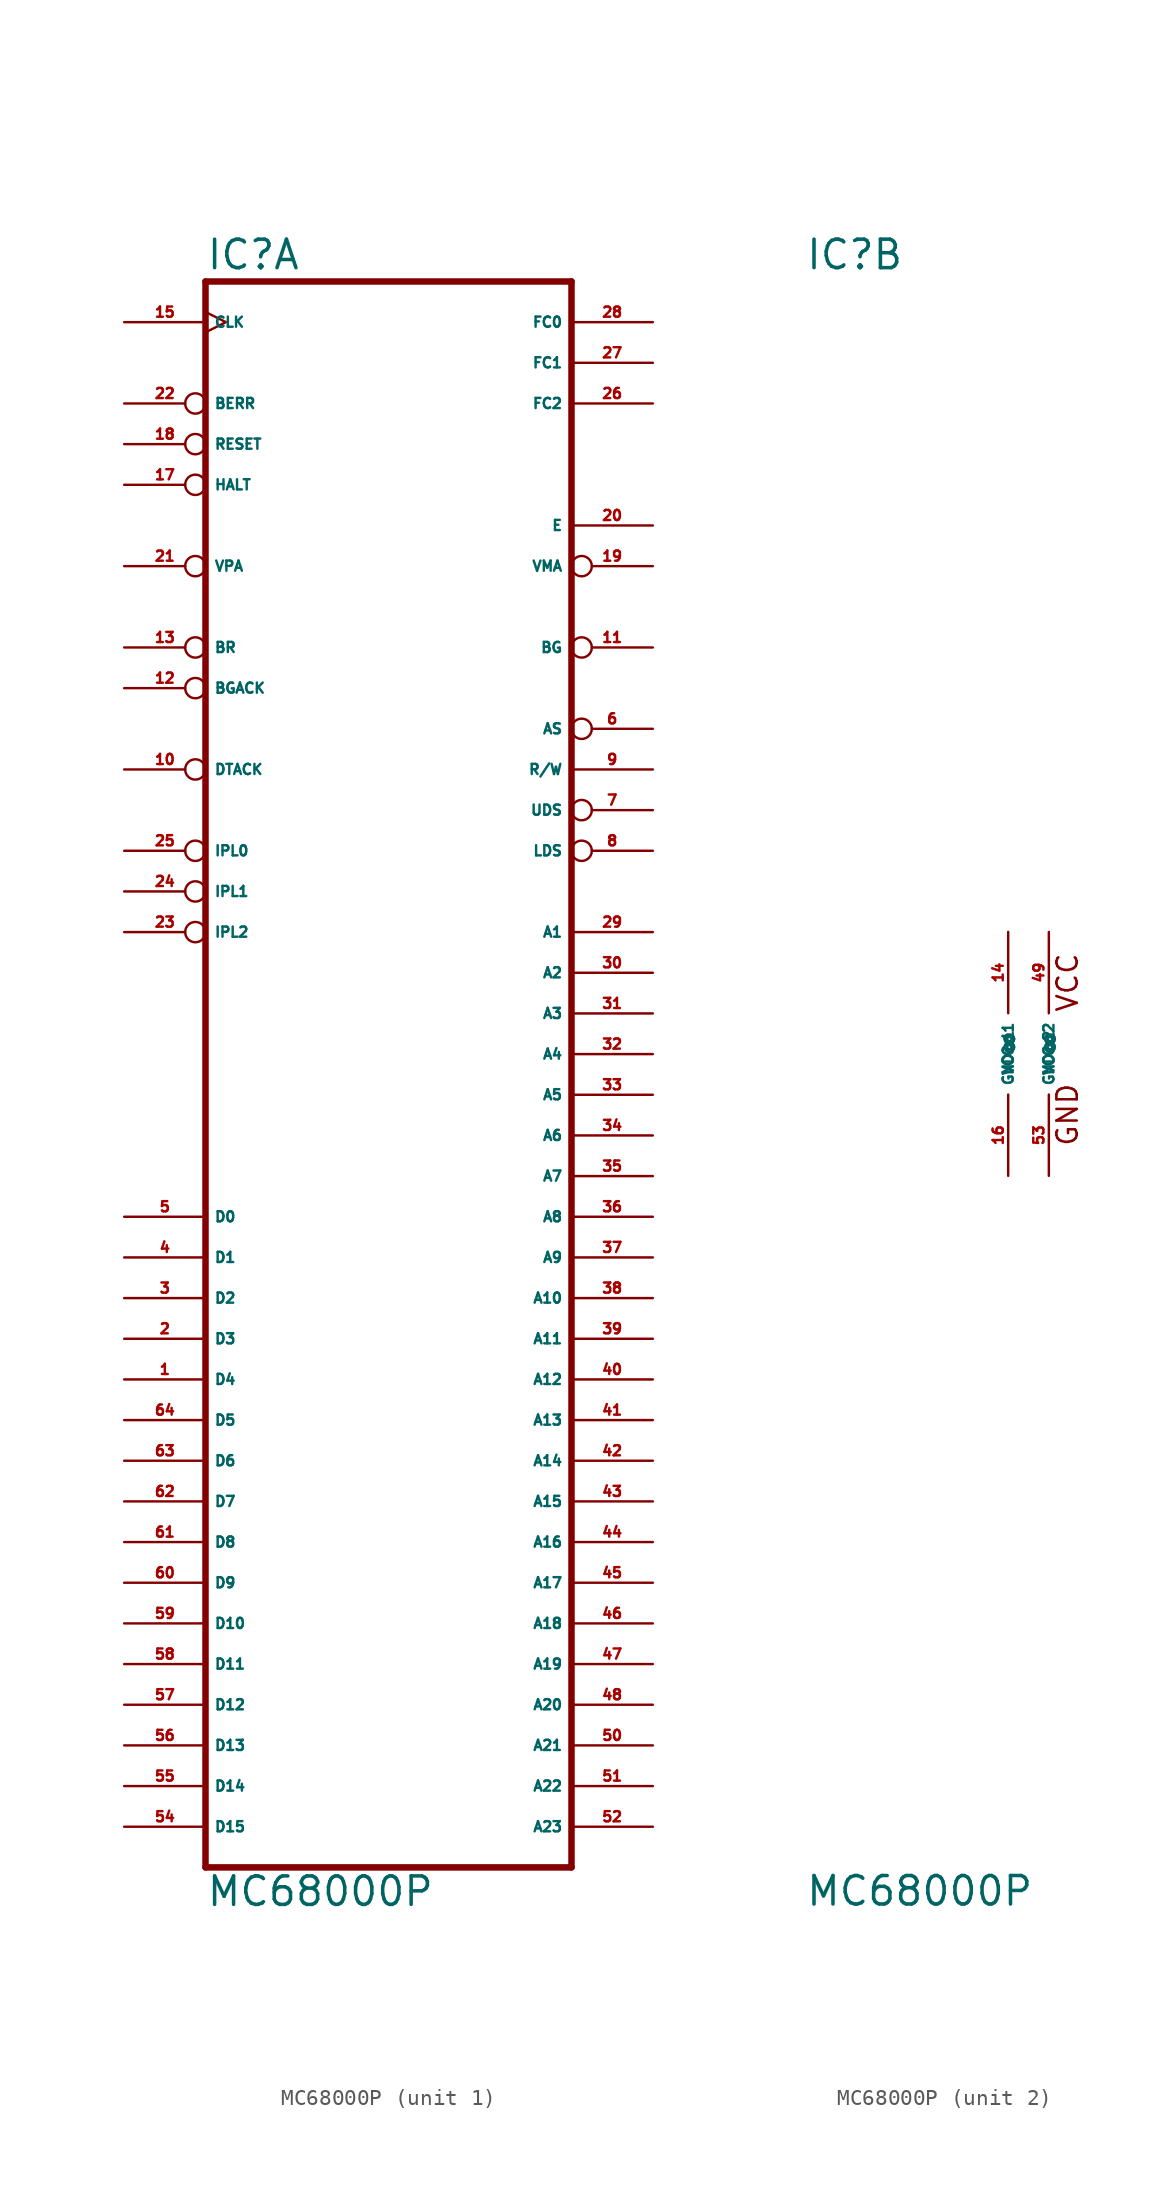
<source format=kicad_sym>
(kicad_symbol_lib
  (version 20220914)
  (generator Eagle2Kicad)
  (symbol "MC68000P"
    (property "Reference" "IC"
      (at -12.7 48.895 0)
      (effects (font (size 1.778 1.778) (thickness 0.22)) (justify left bottom)))
    (property "Value" "MC68000P"
      (at -12.7 -53.34 0)
      (effects (font (size 1.778 1.778) (thickness 0.22)) (justify left bottom)))
    (symbol "MC68000P_1_0"
      (polyline (pts (xy -12.7 -50.8) (xy 10.16 -50.8)) (stroke (width 0.406) (type default)) (fill (type none)))
      (polyline (pts (xy 10.16 48.26) (xy 10.16 -50.8)) (stroke (width 0.406) (type default)) (fill (type none)))
      (polyline (pts (xy 10.16 48.26) (xy -12.7 48.26)) (stroke (width 0.406) (type default)) (fill (type none)))
      (polyline (pts (xy -12.7 -50.8) (xy -12.7 48.26)) (stroke (width 0.406) (type default)) (fill (type none)))
      (pin input clock (at -17.78 45.72 0) (length 5.08) (name "CLK" (effects (font (size 0.635 0.635) (thickness 0.08)) (justify left bottom))) (number "15" (effects (font (size 0.635 0.635) (thickness 0.08)) (justify left bottom))))
      (pin input inverted (at -17.78 30.48 0) (length 5.08) (name "VPA" (effects (font (size 0.635 0.635) (thickness 0.08)) (justify left bottom))) (number "21" (effects (font (size 0.635 0.635) (thickness 0.08)) (justify left bottom))))
      (pin input inverted (at -17.78 40.64 0) (length 5.08) (name "BERR" (effects (font (size 0.635 0.635) (thickness 0.08)) (justify left bottom))) (number "22" (effects (font (size 0.635 0.635) (thickness 0.08)) (justify left bottom))))
      (pin bidirectional inverted (at -17.78 38.1 0) (length 5.08) (name "RESET" (effects (font (size 0.635 0.635) (thickness 0.08)) (justify left bottom))) (number "18" (effects (font (size 0.635 0.635) (thickness 0.08)) (justify left bottom))))
      (pin bidirectional inverted (at -17.78 35.56 0) (length 5.08) (name "HALT" (effects (font (size 0.635 0.635) (thickness 0.08)) (justify left bottom))) (number "17" (effects (font (size 0.635 0.635) (thickness 0.08)) (justify left bottom))))
      (pin input inverted (at -17.78 17.78 0) (length 5.08) (name "DTACK" (effects (font (size 0.635 0.635) (thickness 0.08)) (justify left bottom))) (number "10" (effects (font (size 0.635 0.635) (thickness 0.08)) (justify left bottom))))
      (pin input inverted (at -17.78 25.4 0) (length 5.08) (name "BR" (effects (font (size 0.635 0.635) (thickness 0.08)) (justify left bottom))) (number "13" (effects (font (size 0.635 0.635) (thickness 0.08)) (justify left bottom))))
      (pin input inverted (at -17.78 22.86 0) (length 5.08) (name "BGACK" (effects (font (size 0.635 0.635) (thickness 0.08)) (justify left bottom))) (number "12" (effects (font (size 0.635 0.635) (thickness 0.08)) (justify left bottom))))
      (pin input inverted (at -17.78 12.7 0) (length 5.08) (name "IPL0" (effects (font (size 0.635 0.635) (thickness 0.08)) (justify left bottom))) (number "25" (effects (font (size 0.635 0.635) (thickness 0.08)) (justify left bottom))))
      (pin bidirectional line (at -17.78 -10.16 0) (length 5.08) (name "D0" (effects (font (size 0.635 0.635) (thickness 0.08)) (justify left bottom))) (number "5" (effects (font (size 0.635 0.635) (thickness 0.08)) (justify left bottom))))
      (pin bidirectional line (at -17.78 -12.7 0) (length 5.08) (name "D1" (effects (font (size 0.635 0.635) (thickness 0.08)) (justify left bottom))) (number "4" (effects (font (size 0.635 0.635) (thickness 0.08)) (justify left bottom))))
      (pin bidirectional line (at -17.78 -15.24 0) (length 5.08) (name "D2" (effects (font (size 0.635 0.635) (thickness 0.08)) (justify left bottom))) (number "3" (effects (font (size 0.635 0.635) (thickness 0.08)) (justify left bottom))))
      (pin bidirectional line (at -17.78 -17.78 0) (length 5.08) (name "D3" (effects (font (size 0.635 0.635) (thickness 0.08)) (justify left bottom))) (number "2" (effects (font (size 0.635 0.635) (thickness 0.08)) (justify left bottom))))
      (pin bidirectional line (at -17.78 -20.32 0) (length 5.08) (name "D4" (effects (font (size 0.635 0.635) (thickness 0.08)) (justify left bottom))) (number "1" (effects (font (size 0.635 0.635) (thickness 0.08)) (justify left bottom))))
      (pin bidirectional line (at -17.78 -22.86 0) (length 5.08) (name "D5" (effects (font (size 0.635 0.635) (thickness 0.08)) (justify left bottom))) (number "64" (effects (font (size 0.635 0.635) (thickness 0.08)) (justify left bottom))))
      (pin bidirectional line (at -17.78 -25.4 0) (length 5.08) (name "D6" (effects (font (size 0.635 0.635) (thickness 0.08)) (justify left bottom))) (number "63" (effects (font (size 0.635 0.635) (thickness 0.08)) (justify left bottom))))
      (pin bidirectional line (at -17.78 -27.94 0) (length 5.08) (name "D7" (effects (font (size 0.635 0.635) (thickness 0.08)) (justify left bottom))) (number "62" (effects (font (size 0.635 0.635) (thickness 0.08)) (justify left bottom))))
      (pin bidirectional line (at -17.78 -30.48 0) (length 5.08) (name "D8" (effects (font (size 0.635 0.635) (thickness 0.08)) (justify left bottom))) (number "61" (effects (font (size 0.635 0.635) (thickness 0.08)) (justify left bottom))))
      (pin bidirectional line (at -17.78 -33.02 0) (length 5.08) (name "D9" (effects (font (size 0.635 0.635) (thickness 0.08)) (justify left bottom))) (number "60" (effects (font (size 0.635 0.635) (thickness 0.08)) (justify left bottom))))
      (pin bidirectional line (at -17.78 -35.56 0) (length 5.08) (name "D10" (effects (font (size 0.635 0.635) (thickness 0.08)) (justify left bottom))) (number "59" (effects (font (size 0.635 0.635) (thickness 0.08)) (justify left bottom))))
      (pin bidirectional line (at -17.78 -38.1 0) (length 5.08) (name "D11" (effects (font (size 0.635 0.635) (thickness 0.08)) (justify left bottom))) (number "58" (effects (font (size 0.635 0.635) (thickness 0.08)) (justify left bottom))))
      (pin bidirectional line (at -17.78 -40.64 0) (length 5.08) (name "D12" (effects (font (size 0.635 0.635) (thickness 0.08)) (justify left bottom))) (number "57" (effects (font (size 0.635 0.635) (thickness 0.08)) (justify left bottom))))
      (pin bidirectional line (at -17.78 -43.18 0) (length 5.08) (name "D13" (effects (font (size 0.635 0.635) (thickness 0.08)) (justify left bottom))) (number "56" (effects (font (size 0.635 0.635) (thickness 0.08)) (justify left bottom))))
      (pin bidirectional line (at -17.78 -45.72 0) (length 5.08) (name "D14" (effects (font (size 0.635 0.635) (thickness 0.08)) (justify left bottom))) (number "55" (effects (font (size 0.635 0.635) (thickness 0.08)) (justify left bottom))))
      (pin bidirectional line (at -17.78 -48.26 0) (length 5.08) (name "D15" (effects (font (size 0.635 0.635) (thickness 0.08)) (justify left bottom))) (number "54" (effects (font (size 0.635 0.635) (thickness 0.08)) (justify left bottom))))
      (pin output line (at 15.24 33.02 180) (length 5.08) (name "E" (effects (font (size 0.635 0.635) (thickness 0.08)) (justify left bottom))) (number "20" (effects (font (size 0.635 0.635) (thickness 0.08)) (justify left bottom))))
      (pin output inverted (at 15.24 30.48 180) (length 5.08) (name "VMA" (effects (font (size 0.635 0.635) (thickness 0.08)) (justify left bottom))) (number "19" (effects (font (size 0.635 0.635) (thickness 0.08)) (justify left bottom))))
      (pin output line (at 15.24 45.72 180) (length 5.08) (name "FC0" (effects (font (size 0.635 0.635) (thickness 0.08)) (justify left bottom))) (number "28" (effects (font (size 0.635 0.635) (thickness 0.08)) (justify left bottom))))
      (pin output line (at 15.24 43.18 180) (length 5.08) (name "FC1" (effects (font (size 0.635 0.635) (thickness 0.08)) (justify left bottom))) (number "27" (effects (font (size 0.635 0.635) (thickness 0.08)) (justify left bottom))))
      (pin output line (at 15.24 40.64 180) (length 5.08) (name "FC2" (effects (font (size 0.635 0.635) (thickness 0.08)) (justify left bottom))) (number "26" (effects (font (size 0.635 0.635) (thickness 0.08)) (justify left bottom))))
      (pin output inverted (at 15.24 20.32 180) (length 5.08) (name "AS" (effects (font (size 0.635 0.635) (thickness 0.08)) (justify left bottom))) (number "6" (effects (font (size 0.635 0.635) (thickness 0.08)) (justify left bottom))))
      (pin output line (at 15.24 17.78 180) (length 5.08) (name "R/W" (effects (font (size 0.635 0.635) (thickness 0.08)) (justify left bottom))) (number "9" (effects (font (size 0.635 0.635) (thickness 0.08)) (justify left bottom))))
      (pin output inverted (at 15.24 15.24 180) (length 5.08) (name "UDS" (effects (font (size 0.635 0.635) (thickness 0.08)) (justify left bottom))) (number "7" (effects (font (size 0.635 0.635) (thickness 0.08)) (justify left bottom))))
      (pin output inverted (at 15.24 12.7 180) (length 5.08) (name "LDS" (effects (font (size 0.635 0.635) (thickness 0.08)) (justify left bottom))) (number "8" (effects (font (size 0.635 0.635) (thickness 0.08)) (justify left bottom))))
      (pin output inverted (at 15.24 25.4 180) (length 5.08) (name "BG" (effects (font (size 0.635 0.635) (thickness 0.08)) (justify left bottom))) (number "11" (effects (font (size 0.635 0.635) (thickness 0.08)) (justify left bottom))))
      (pin output line (at 15.24 7.62 180) (length 5.08) (name "A1" (effects (font (size 0.635 0.635) (thickness 0.08)) (justify left bottom))) (number "29" (effects (font (size 0.635 0.635) (thickness 0.08)) (justify left bottom))))
      (pin output line (at 15.24 5.08 180) (length 5.08) (name "A2" (effects (font (size 0.635 0.635) (thickness 0.08)) (justify left bottom))) (number "30" (effects (font (size 0.635 0.635) (thickness 0.08)) (justify left bottom))))
      (pin output line (at 15.24 2.54 180) (length 5.08) (name "A3" (effects (font (size 0.635 0.635) (thickness 0.08)) (justify left bottom))) (number "31" (effects (font (size 0.635 0.635) (thickness 0.08)) (justify left bottom))))
      (pin output line (at 15.24 0 180) (length 5.08) (name "A4" (effects (font (size 0.635 0.635) (thickness 0.08)) (justify left bottom))) (number "32" (effects (font (size 0.635 0.635) (thickness 0.08)) (justify left bottom))))
      (pin output line (at 15.24 -2.54 180) (length 5.08) (name "A5" (effects (font (size 0.635 0.635) (thickness 0.08)) (justify left bottom))) (number "33" (effects (font (size 0.635 0.635) (thickness 0.08)) (justify left bottom))))
      (pin output line (at 15.24 -5.08 180) (length 5.08) (name "A6" (effects (font (size 0.635 0.635) (thickness 0.08)) (justify left bottom))) (number "34" (effects (font (size 0.635 0.635) (thickness 0.08)) (justify left bottom))))
      (pin output line (at 15.24 -7.62 180) (length 5.08) (name "A7" (effects (font (size 0.635 0.635) (thickness 0.08)) (justify left bottom))) (number "35" (effects (font (size 0.635 0.635) (thickness 0.08)) (justify left bottom))))
      (pin output line (at 15.24 -12.7 180) (length 5.08) (name "A9" (effects (font (size 0.635 0.635) (thickness 0.08)) (justify left bottom))) (number "37" (effects (font (size 0.635 0.635) (thickness 0.08)) (justify left bottom))))
      (pin output line (at 15.24 -10.16 180) (length 5.08) (name "A8" (effects (font (size 0.635 0.635) (thickness 0.08)) (justify left bottom))) (number "36" (effects (font (size 0.635 0.635) (thickness 0.08)) (justify left bottom))))
      (pin output line (at 15.24 -15.24 180) (length 5.08) (name "A10" (effects (font (size 0.635 0.635) (thickness 0.08)) (justify left bottom))) (number "38" (effects (font (size 0.635 0.635) (thickness 0.08)) (justify left bottom))))
      (pin output line (at 15.24 -17.78 180) (length 5.08) (name "A11" (effects (font (size 0.635 0.635) (thickness 0.08)) (justify left bottom))) (number "39" (effects (font (size 0.635 0.635) (thickness 0.08)) (justify left bottom))))
      (pin output line (at 15.24 -20.32 180) (length 5.08) (name "A12" (effects (font (size 0.635 0.635) (thickness 0.08)) (justify left bottom))) (number "40" (effects (font (size 0.635 0.635) (thickness 0.08)) (justify left bottom))))
      (pin output line (at 15.24 -22.86 180) (length 5.08) (name "A13" (effects (font (size 0.635 0.635) (thickness 0.08)) (justify left bottom))) (number "41" (effects (font (size 0.635 0.635) (thickness 0.08)) (justify left bottom))))
      (pin output line (at 15.24 -25.4 180) (length 5.08) (name "A14" (effects (font (size 0.635 0.635) (thickness 0.08)) (justify left bottom))) (number "42" (effects (font (size 0.635 0.635) (thickness 0.08)) (justify left bottom))))
      (pin output line (at 15.24 -27.94 180) (length 5.08) (name "A15" (effects (font (size 0.635 0.635) (thickness 0.08)) (justify left bottom))) (number "43" (effects (font (size 0.635 0.635) (thickness 0.08)) (justify left bottom))))
      (pin output line (at 15.24 -30.48 180) (length 5.08) (name "A16" (effects (font (size 0.635 0.635) (thickness 0.08)) (justify left bottom))) (number "44" (effects (font (size 0.635 0.635) (thickness 0.08)) (justify left bottom))))
      (pin output line (at 15.24 -33.02 180) (length 5.08) (name "A17" (effects (font (size 0.635 0.635) (thickness 0.08)) (justify left bottom))) (number "45" (effects (font (size 0.635 0.635) (thickness 0.08)) (justify left bottom))))
      (pin output line (at 15.24 -35.56 180) (length 5.08) (name "A18" (effects (font (size 0.635 0.635) (thickness 0.08)) (justify left bottom))) (number "46" (effects (font (size 0.635 0.635) (thickness 0.08)) (justify left bottom))))
      (pin output line (at 15.24 -38.1 180) (length 5.08) (name "A19" (effects (font (size 0.635 0.635) (thickness 0.08)) (justify left bottom))) (number "47" (effects (font (size 0.635 0.635) (thickness 0.08)) (justify left bottom))))
      (pin output line (at 15.24 -40.64 180) (length 5.08) (name "A20" (effects (font (size 0.635 0.635) (thickness 0.08)) (justify left bottom))) (number "48" (effects (font (size 0.635 0.635) (thickness 0.08)) (justify left bottom))))
      (pin output line (at 15.24 -43.18 180) (length 5.08) (name "A21" (effects (font (size 0.635 0.635) (thickness 0.08)) (justify left bottom))) (number "50" (effects (font (size 0.635 0.635) (thickness 0.08)) (justify left bottom))))
      (pin output line (at 15.24 -45.72 180) (length 5.08) (name "A22" (effects (font (size 0.635 0.635) (thickness 0.08)) (justify left bottom))) (number "51" (effects (font (size 0.635 0.635) (thickness 0.08)) (justify left bottom))))
      (pin output line (at 15.24 -48.26 180) (length 5.08) (name "A23" (effects (font (size 0.635 0.635) (thickness 0.08)) (justify left bottom))) (number "52" (effects (font (size 0.635 0.635) (thickness 0.08)) (justify left bottom))))
      (pin input inverted (at -17.78 10.16 0) (length 5.08) (name "IPL1" (effects (font (size 0.635 0.635) (thickness 0.08)) (justify left bottom))) (number "24" (effects (font (size 0.635 0.635) (thickness 0.08)) (justify left bottom))))
      (pin input inverted (at -17.78 7.62 0) (length 5.08) (name "IPL2" (effects (font (size 0.635 0.635) (thickness 0.08)) (justify left bottom))) (number "23" (effects (font (size 0.635 0.635) (thickness 0.08)) (justify left bottom)))))
    (symbol "MC68000P_2_0"
      (text "VCC" (at 4.445 2.54 900) (effects (font (size 1.27 1.27) (thickness 0.16)) (justify left bottom)))
      (text "GND" (at 4.445 -5.842 900) (effects (font (size 1.27 1.27) (thickness 0.16)) (justify left bottom)))
      (pin unspecified line (at 0 7.62 270) (length 5.08) (name "VCC@1" (effects (font (size 0.635 0.635) (thickness 0.08)) (justify left bottom))) (number "14" (effects (font (size 0.635 0.635) (thickness 0.08)) (justify left bottom))))
      (pin unspecified line (at 2.54 7.62 270) (length 5.08) (name "VCC@2" (effects (font (size 0.635 0.635) (thickness 0.08)) (justify left bottom))) (number "49" (effects (font (size 0.635 0.635) (thickness 0.08)) (justify left bottom))))
      (pin unspecified line (at 0 -7.62 90) (length 5.08) (name "GND@1" (effects (font (size 0.635 0.635) (thickness 0.08)) (justify left bottom))) (number "16" (effects (font (size 0.635 0.635) (thickness 0.08)) (justify left bottom))))
      (pin unspecified line (at 2.54 -7.62 90) (length 5.08) (name "GND@2" (effects (font (size 0.635 0.635) (thickness 0.08)) (justify left bottom))) (number "53" (effects (font (size 0.635 0.635) (thickness 0.08)) (justify left bottom)))))))
</source>
